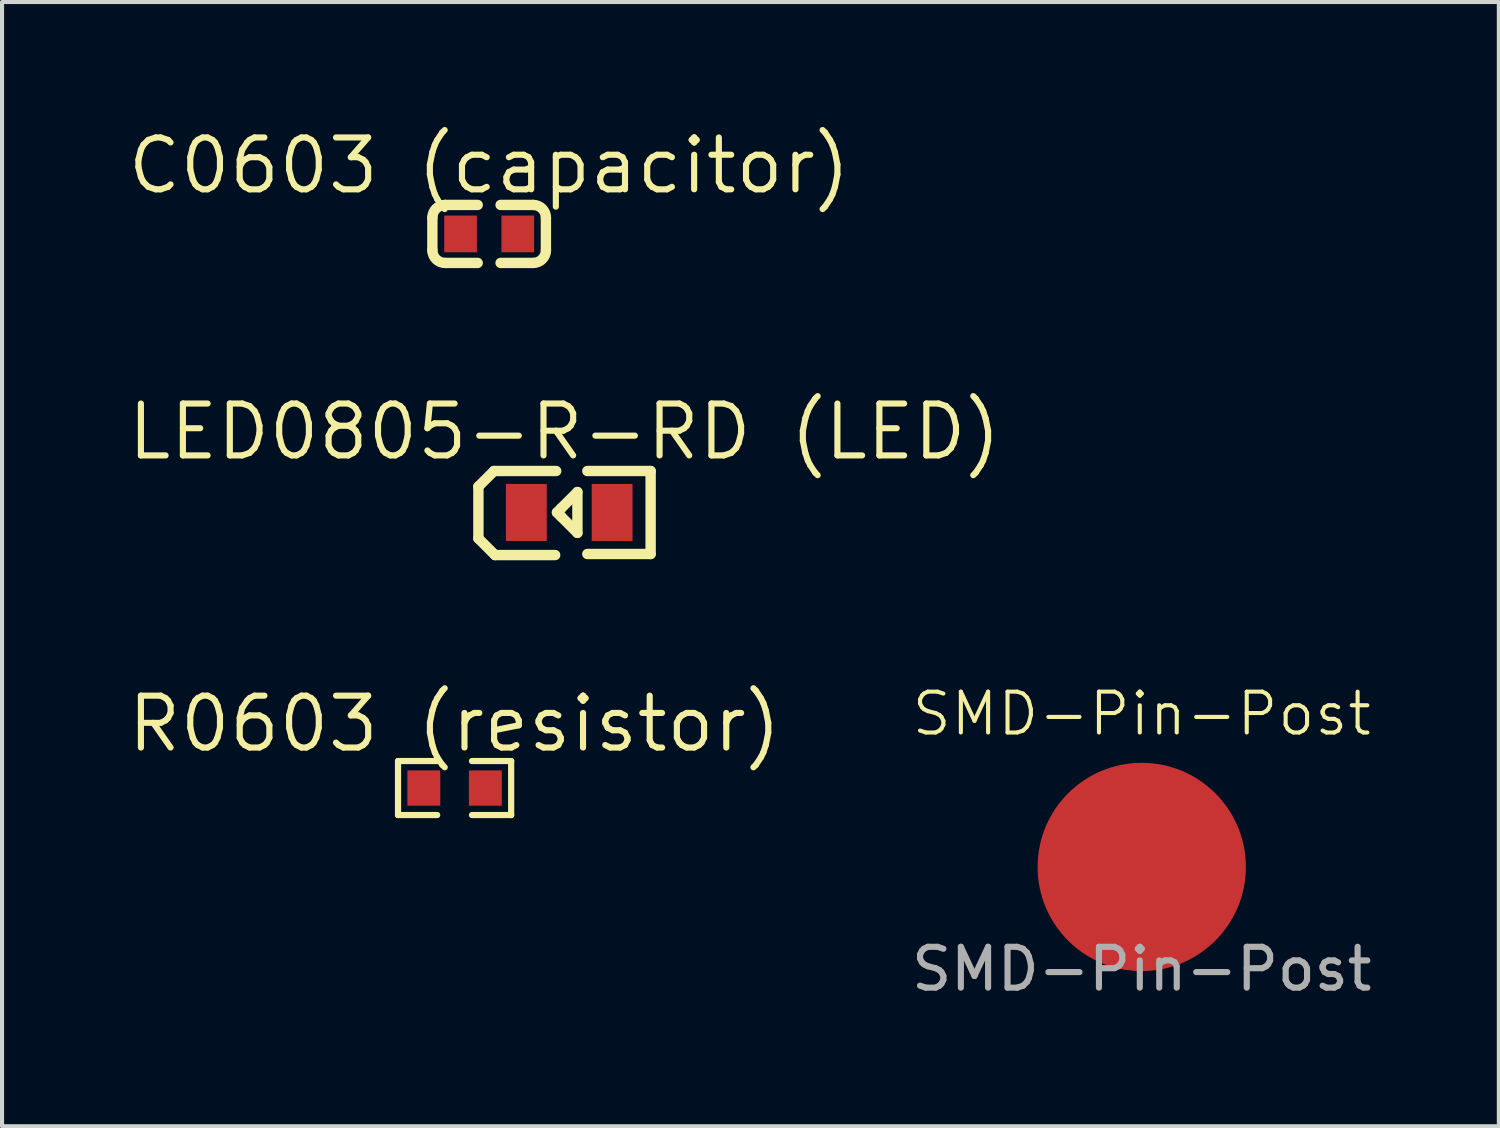
<source format=kicad_pcb>
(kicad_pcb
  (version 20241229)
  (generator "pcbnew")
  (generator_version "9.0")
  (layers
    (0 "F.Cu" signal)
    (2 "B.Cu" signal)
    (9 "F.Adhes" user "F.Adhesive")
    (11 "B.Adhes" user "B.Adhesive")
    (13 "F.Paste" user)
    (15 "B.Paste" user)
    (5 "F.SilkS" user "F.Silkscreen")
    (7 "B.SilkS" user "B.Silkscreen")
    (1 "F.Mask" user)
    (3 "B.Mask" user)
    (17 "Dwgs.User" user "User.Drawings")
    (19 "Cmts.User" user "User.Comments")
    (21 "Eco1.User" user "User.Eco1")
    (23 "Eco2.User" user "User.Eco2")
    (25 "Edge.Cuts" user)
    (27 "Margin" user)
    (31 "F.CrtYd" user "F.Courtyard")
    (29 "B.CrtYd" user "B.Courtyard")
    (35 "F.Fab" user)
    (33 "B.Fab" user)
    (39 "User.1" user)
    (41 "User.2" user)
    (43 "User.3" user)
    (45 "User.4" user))
  (footprint "C0603 (capacitor)"
    (layer "F.Cu")
    (at 8.927 2.678)
    (property "Reference" "C0603 (capacitor)" (at 0.00005 -1.672 0) (layer "F.SilkS") (effects (font (size 1.27 1.27) (thickness 0.15))))
    (fp_line (start -1.39 0.4) (end -1.39 -0.4) (stroke (width 0.254) (type default)) (layer "F.SilkS"))
    (fp_line (start -0.28 -0.71) (end -1.08 -0.71) (stroke (width 0.254) (type default)) (layer "F.SilkS"))
    (fp_line (start -0.28 0.71) (end -1.08 0.71) (stroke (width 0.254) (type default)) (layer "F.SilkS"))
    (fp_line (start 0.28 -0.71) (end 1.08 -0.71) (stroke (width 0.254) (type default)) (layer "F.SilkS"))
    (fp_line (start 0.28 0.71) (end 1.08 0.71) (stroke (width 0.254) (type default)) (layer "F.SilkS"))
    (fp_line (start 1.39 -0.4) (end 1.39 0.4) (stroke (width 0.254) (type default)) (layer "F.SilkS"))
    (fp_arc (start -1.3899 -0.4002) (mid -1.299197 -0.619326) (end -1.0801 -0.7101) (stroke (width 0.254) (type default)) (layer "F.SilkS"))
    (fp_arc (start -1.0801 0.7096) (mid -1.299232 0.618832) (end -1.3899 0.3997) (stroke (width 0.254) (type default)) (layer "F.SilkS"))
    (fp_arc (start 1.0802 -0.7096) (mid 1.299262 -0.618862) (end 1.39 -0.3998) (stroke (width 0.254) (type default)) (layer "F.SilkS"))
    (fp_arc (start 1.39 0.4002) (mid 1.299262 0.619262) (end 1.0802 0.71) (stroke (width 0.254) (type default)) (layer "F.SilkS"))
    (fp_circle (center -0.8 0.4) (end -0.77 0.4) (stroke (width 0.06) (type default)) (fill no) (layer "User.5"))
    (pad "1" smd rect (at -0.7 0) (size 0.8 0.9) (layers "F.Cu" "F.Mask" "F.Paste"))
    (pad "2" smd rect (at 0.7 0) (size 0.8 0.9) (layers "F.Cu" "F.Mask" "F.Paste"))
    (zone (net_name "") (layer "User.3") (hatch edge 0.5) (priority 100) (connect_pads yes) (min_thickness 0) (filled_areas_thickness no) (fill yes) (polygon (pts (xy 8.127 3.078) (xy 8.127 2.278) (xy 9.727 2.278) (xy 9.727 3.078))) (filled_polygon (layer "User.3") (island) (pts (xy 8.127 3.078) (xy 8.127 2.278) (xy 9.727 2.278) (xy 9.727 3.078))))
    (zone (net_name "") (layer "User.4") (hatch edge 0.5) (priority 100) (connect_pads yes) (min_thickness 0) (filled_areas_thickness no) (fill yes) (polygon (pts (xy 8.127 3.078) (xy 8.127 2.278) (xy 8.427 2.278) (xy 8.427 3.078))) (filled_polygon (layer "User.4") (island) (pts (xy 8.127 3.078) (xy 8.127 2.278) (xy 8.427 2.278) (xy 8.427 3.078))))
    (zone (net_name "") (layer "User.4") (hatch edge 0.5) (priority 100) (connect_pads yes) (min_thickness 0) (filled_areas_thickness no) (fill yes) (polygon (pts (xy 9.727 3.078) (xy 9.727 2.278) (xy 9.427 2.278) (xy 9.427 3.078))) (filled_polygon (layer "User.4") (island) (pts (xy 9.727 3.078) (xy 9.727 2.278) (xy 9.427 2.278) (xy 9.427 3.078)))))
  (footprint "SMD-Pin-Post"
    (layer "F.Cu")
    (at 24.906 18.178)
    (property "Reference" "SMD-Pin-Post" (at 0 -3.75 0) (unlocked yes) (layer "F.SilkS") (effects (font (size 1 1) (thickness 0.1))))
    (attr smd)
    (fp_circle (center 0 0) (end 2.5 0) (stroke (width 0.1) (type solid)) (fill yes) (layers "F.Cu" "F.Mask"))
    (fp_text user "${REFERENCE}" (at 0 2.5 0) (unlocked yes) (layer "F.Fab") (effects (font (size 1 1) (thickness 0.15)))))
  (footprint "LED0805-R-RD (LED)"
    (layer "F.Cu")
    (at 10.888 9.498)
    (property "Reference" "LED0805-R-RD (LED)" (at -0.116 -1.977 0) (layer "F.SilkS") (effects (font (size 1.27 1.27) (thickness 0.15))))
    (fp_line (start -2.224 -0.634) (end -1.843 -1.015) (stroke (width 0.254) (type default)) (layer "F.SilkS"))
    (fp_line (start -2.224 0.636) (end -2.224 -0.634) (stroke (width 0.254) (type default)) (layer "F.SilkS"))
    (fp_line (start -1.843 -1.015) (end -0.319 -1.015) (stroke (width 0.254) (type default)) (layer "F.SilkS"))
    (fp_line (start -1.817 1.043) (end -2.224 0.636) (stroke (width 0.254) (type default)) (layer "F.SilkS"))
    (fp_line (start -0.344 1.043) (end -1.817 1.043) (stroke (width 0.254) (type default)) (layer "F.SilkS"))
    (fp_line (start -0.3 0) (end -0.2 0.1) (stroke (width 0.254) (type default)) (layer "F.SilkS"))
    (fp_line (start -0.2 -0.1) (end -0.3 0) (stroke (width 0.254) (type default)) (layer "F.SilkS"))
    (fp_line (start -0.2 0.1) (end 0.2 0.5) (stroke (width 0.254) (type default)) (layer "F.SilkS"))
    (fp_line (start 0.2 -0.5) (end -0.2 -0.1) (stroke (width 0.254) (type default)) (layer "F.SilkS"))
    (fp_line (start 0.2 -0.5) (end 0.2 0.5) (stroke (width 0.254) (type default)) (layer "F.SilkS"))
    (fp_line (start 0.443 1.017) (end 1.993 1.017) (stroke (width 0.254) (type default)) (layer "F.SilkS"))
    (fp_line (start 1.993 -1.015) (end 0.443 -1.015) (stroke (width 0.254) (type default)) (layer "F.SilkS"))
    (fp_line (start 1.993 1.017) (end 1.993 -1.015) (stroke (width 0.254) (type default)) (layer "F.SilkS"))
    (fp_circle (center 1 -0.625) (end 1.03 -0.625) (stroke (width 0.06) (type default)) (fill no) (layer "User.5"))
    (pad "1" smd rect (at 1.05 0 180) (size 1 1.399) (layers "F.Cu" "F.Mask" "F.Paste"))
    (pad "2" smd rect (at -1.05 0 180) (size 1 1.399) (layers "F.Cu" "F.Mask" "F.Paste"))
    (zone (net_name "") (layer "Dwgs.User") (hatch edge 0.5) (priority 100) (connect_pads yes) (min_thickness 0) (filled_areas_thickness no) (fill yes) (polygon (pts (xy 10.393 9.607) (xy 9.293 9.607) (xy 9.293 9.408) (xy 10.393 9.408))) (filled_polygon (layer "Dwgs.User") (island) (pts (xy 10.393 9.607) (xy 9.293 9.607) (xy 9.293 9.408) (xy 10.393 9.408))))
    (zone (net_name "") (layer "Dwgs.User") (hatch edge 0.5) (priority 100) (connect_pads yes) (min_thickness 0) (filled_areas_thickness no) (fill yes) (polygon (pts (xy 11.382 9.439) (xy 12.482 9.439) (xy 12.482 9.639) (xy 11.382 9.639))) (filled_polygon (layer "Dwgs.User") (island) (pts (xy 11.382 9.439) (xy 12.482 9.439) (xy 12.482 9.639) (xy 11.382 9.639))))
    (zone (net_name "") (layer "Dwgs.User") (hatch edge 0.5) (priority 100) (connect_pads yes) (min_thickness 0) (filled_areas_thickness no) (fill yes) (polygon (pts (xy 11.829 10.054) (xy 11.829 8.954) (xy 12.029 8.954) (xy 12.029 10.054))) (filled_polygon (layer "Dwgs.User") (island) (pts (xy 11.829 10.054) (xy 11.829 8.954) (xy 12.029 8.954) (xy 12.029 10.054))))
    (zone (net_name "") (layer "User.3") (hatch edge 0.5) (priority 100) (connect_pads yes) (min_thickness 0) (filled_areas_thickness no) (fill yes) (polygon (pts (xy 9.888 10.123) (xy 9.888 8.873) (xy 11.888 8.873) (xy 11.888 10.123))) (filled_polygon (layer "User.3") (island) (pts (xy 9.888 10.123) (xy 9.888 8.873) (xy 11.888 8.873) (xy 11.888 10.123))))
    (zone (net_name "") (layer "User.4") (hatch edge 0.5) (priority 100) (connect_pads yes) (min_thickness 0) (filled_areas_thickness no) (fill yes) (polygon (pts (xy 10.288 10.123) (xy 9.888 10.123) (xy 9.888 8.873) (xy 10.288 8.873))) (filled_polygon (layer "User.4") (island) (pts (xy 10.288 10.123) (xy 9.888 10.123) (xy 9.888 8.873) (xy 10.288 8.873))))
    (zone (net_name "") (layer "User.4") (hatch edge 0.5) (priority 100) (connect_pads yes) (min_thickness 0) (filled_areas_thickness no) (fill yes) (polygon (pts (xy 11.888 10.123) (xy 11.488 10.123) (xy 11.488 8.873) (xy 11.888 8.873))) (filled_polygon (layer "User.4") (island) (pts (xy 11.888 10.123) (xy 11.488 10.123) (xy 11.488 8.873) (xy 11.888 8.873)))))
  (footprint "R0603 (resistor)"
    (layer "F.Cu")
    (at 8.081 16.246)
    (property "Reference" "R0603 (resistor)" (at 0 -1.572 0) (layer "F.SilkS") (effects (font (size 1.27 1.27) (thickness 0.15))))
    (fp_line (start -1.385 -0.661) (end -0.426 -0.661) (stroke (width 0.152) (type default)) (layer "F.SilkS"))
    (fp_line (start -1.385 0.661) (end -1.385 -0.661) (stroke (width 0.152) (type default)) (layer "F.SilkS"))
    (fp_line (start -0.426 0.661) (end -1.385 0.661) (stroke (width 0.152) (type default)) (layer "F.SilkS"))
    (fp_line (start 0.426 0.661) (end 1.385 0.661) (stroke (width 0.152) (type default)) (layer "F.SilkS"))
    (fp_line (start 1.385 -0.661) (end 0.426 -0.661) (stroke (width 0.152) (type default)) (layer "F.SilkS"))
    (fp_line (start 1.385 0.661) (end 1.385 -0.661) (stroke (width 0.152) (type default)) (layer "F.SilkS"))
    (fp_circle (center -0.8 0.4) (end -0.77 0.4) (stroke (width 0.06) (type default)) (fill no) (layer "User.5"))
    (pad "1" smd rect (at -0.753 0) (size 0.806 0.864) (layers "F.Cu" "F.Mask" "F.Paste"))
    (pad "2" smd rect (at 0.753 0) (size 0.806 0.864) (layers "F.Cu" "F.Mask" "F.Paste"))
    (zone (net_name "") (layer "F.Paste") (hatch edge 0.5) (priority 100) (connect_pads yes) (min_thickness 0) (filled_areas_thickness no) (fill yes) (polygon (pts (xy 6.886 16.696) (xy 7.686 16.696) (xy 7.736 16.646) (xy 7.736 16.418) (xy 7.366 16.418) (xy 7.366 16.088) (xy 7.736 16.088) (xy 7.736 15.846) (xy 7.686 15.796) (xy 6.886 15.796) (xy 6.836 15.846) (xy 6.836 16.646))) (filled_polygon (layer "F.Paste") (island) (pts (xy 6.886 16.696) (xy 7.686 16.696) (xy 7.736 16.646) (xy 7.736 16.418) (xy 7.366 16.418) (xy 7.366 16.088) (xy 7.736 16.088) (xy 7.736 15.846) (xy 7.686 15.796) (xy 6.886 15.796) (xy 6.836 15.846) (xy 6.836 16.646))))
    (zone (net_name "") (layer "F.Paste") (hatch edge 0.5) (priority 100) (connect_pads yes) (min_thickness 0) (filled_areas_thickness no) (fill yes) (polygon (pts (xy 9.276 15.796) (xy 8.476 15.796) (xy 8.426 15.846) (xy 8.426 16.074) (xy 8.796 16.074) (xy 8.796 16.404) (xy 8.426 16.404) (xy 8.426 16.646) (xy 8.476 16.696) (xy 9.276 16.696) (xy 9.326 16.646) (xy 9.326 15.846))) (filled_polygon (layer "F.Paste") (island) (pts (xy 9.276 15.796) (xy 8.476 15.796) (xy 8.426 15.846) (xy 8.426 16.074) (xy 8.796 16.074) (xy 8.796 16.404) (xy 8.426 16.404) (xy 8.426 16.646) (xy 8.476 16.696) (xy 9.276 16.696) (xy 9.326 16.646) (xy 9.326 15.846))))
    (zone (net_name "") (layer "User.3") (hatch edge 0.5) (priority 100) (connect_pads yes) (min_thickness 0) (filled_areas_thickness no) (fill yes) (polygon (pts (xy 7.281 16.646) (xy 7.281 15.846) (xy 8.881 15.846) (xy 8.881 16.646))) (filled_polygon (layer "User.3") (island) (pts (xy 7.281 16.646) (xy 7.281 15.846) (xy 8.881 15.846) (xy 8.881 16.646))))
    (zone (net_name "") (layer "User.4") (hatch edge 0.5) (priority 100) (connect_pads yes) (min_thickness 0) (filled_areas_thickness no) (fill yes) (polygon (pts (xy 7.281 16.646) (xy 7.281 15.846) (xy 7.581 15.846) (xy 7.581 16.646))) (filled_polygon (layer "User.4") (island) (pts (xy 7.281 16.646) (xy 7.281 15.846) (xy 7.581 15.846) (xy 7.581 16.646))))
    (zone (net_name "") (layer "User.4") (hatch edge 0.5) (priority 100) (connect_pads yes) (min_thickness 0) (filled_areas_thickness no) (fill yes) (polygon (pts (xy 8.881 16.646) (xy 8.881 15.846) (xy 8.581 15.846) (xy 8.581 16.646))) (filled_polygon (layer "User.4") (island) (pts (xy 8.881 16.646) (xy 8.881 15.846) (xy 8.581 15.846) (xy 8.581 16.646)))))
  (gr_rect
    (start -3 -3)
    (end 33.65 24.527)
    (stroke (width 0.1) (type default))
    (fill no)
    (layer "Edge.Cuts")))
</source>
